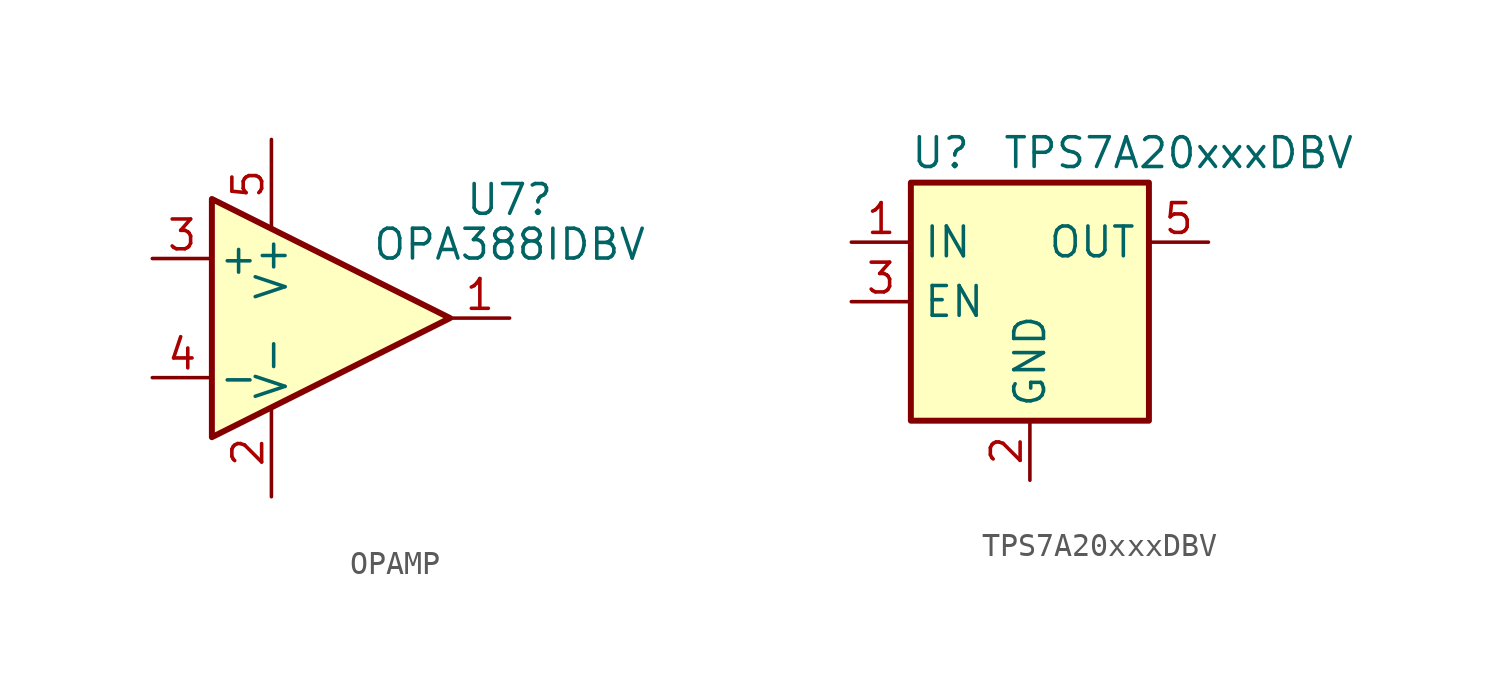
<source format=kicad_sym>
(kicad_symbol_lib
  (version 20241209)
  (generator "kicad_symbol_editor")
  (generator_version "9.0")
  (symbol "OPAMP"
    (pin_names
      (offset 0.254))
    (property "Reference" "U7"
      (at 7.62 5.049 0)
      (effects (font (size 1.27 1.27))))
    (property "Value" "OPA388IDBV"
      (at 7.62 3.143 0)
      (effects (font (size 1.27 1.27))))
    (symbol "OPAMP_0_1"
      (polyline (pts (xy 5.08 0) (xy -5.08 5.08) (xy -5.08 -5.08) (xy 5.08 0)) (stroke (width 0.254) (type default)) (fill (type background))))
    (symbol "OPAMP_1_1"
      (pin input line (at -7.62 2.54 0) (length 2.54) (name "+" (effects (font (size 1.27 1.27)))) (number "3" (effects (font (size 1.27 1.27)))))
      (pin input line (at -7.62 -2.54 0) (length 2.54) (name "-" (effects (font (size 1.27 1.27)))) (number "4" (effects (font (size 1.27 1.27)))))
      (pin power_in line (at -2.54 7.62 270) (length 3.81) (name "V+" (effects (font (size 1.27 1.27)))) (number "5" (effects (font (size 1.27 1.27)))))
      (pin power_in line (at -2.54 -7.62 90) (length 3.81) (name "V-" (effects (font (size 1.27 1.27)))) (number "2" (effects (font (size 1.27 1.27)))))
      (pin output line (at 7.62 0 180) (length 2.54) (name "~" (effects (font (size 1.27 1.27)))) (number "1" (effects (font (size 1.27 1.27)))))))
  (symbol "TPS7A20xxxDBV"
    (property "Reference" "U"
      (at -3.81 6.35 0)
      (effects (font (size 1.27 1.27))))
    (property "Value" "TPS7A20xxxDBV"
      (at 6.35 6.35 0)
      (effects (font (size 1.27 1.27))))
    (symbol "TPS7A20xxxDBV_0_1"
      (rectangle (start -5.08 5.08) (end 5.08 -5.08) (stroke (width 0.254) (type default)) (fill (type background)))
      (pin power_in line (at -7.62 2.54 0) (length 2.54) (name "IN" (effects (font (size 1.27 1.27)))) (number "1" (effects (font (size 1.27 1.27)))))
      (pin input line (at -7.62 0 0) (length 2.54) (name "EN" (effects (font (size 1.27 1.27)))) (number "3" (effects (font (size 1.27 1.27)))))
      (pin power_in line (at 0 -7.62 90) (length 2.54) (name "GND" (effects (font (size 1.27 1.27)))) (number "2" (effects (font (size 1.27 1.27))))))
    (symbol "TPS7A20xxxDBV_1_1"
      (pin power_out line (at 7.62 2.54 180) (length 2.54) (name "OUT" (effects (font (size 1.27 1.27)))) (number "5" (effects (font (size 1.27 1.27))))))))
</source>
